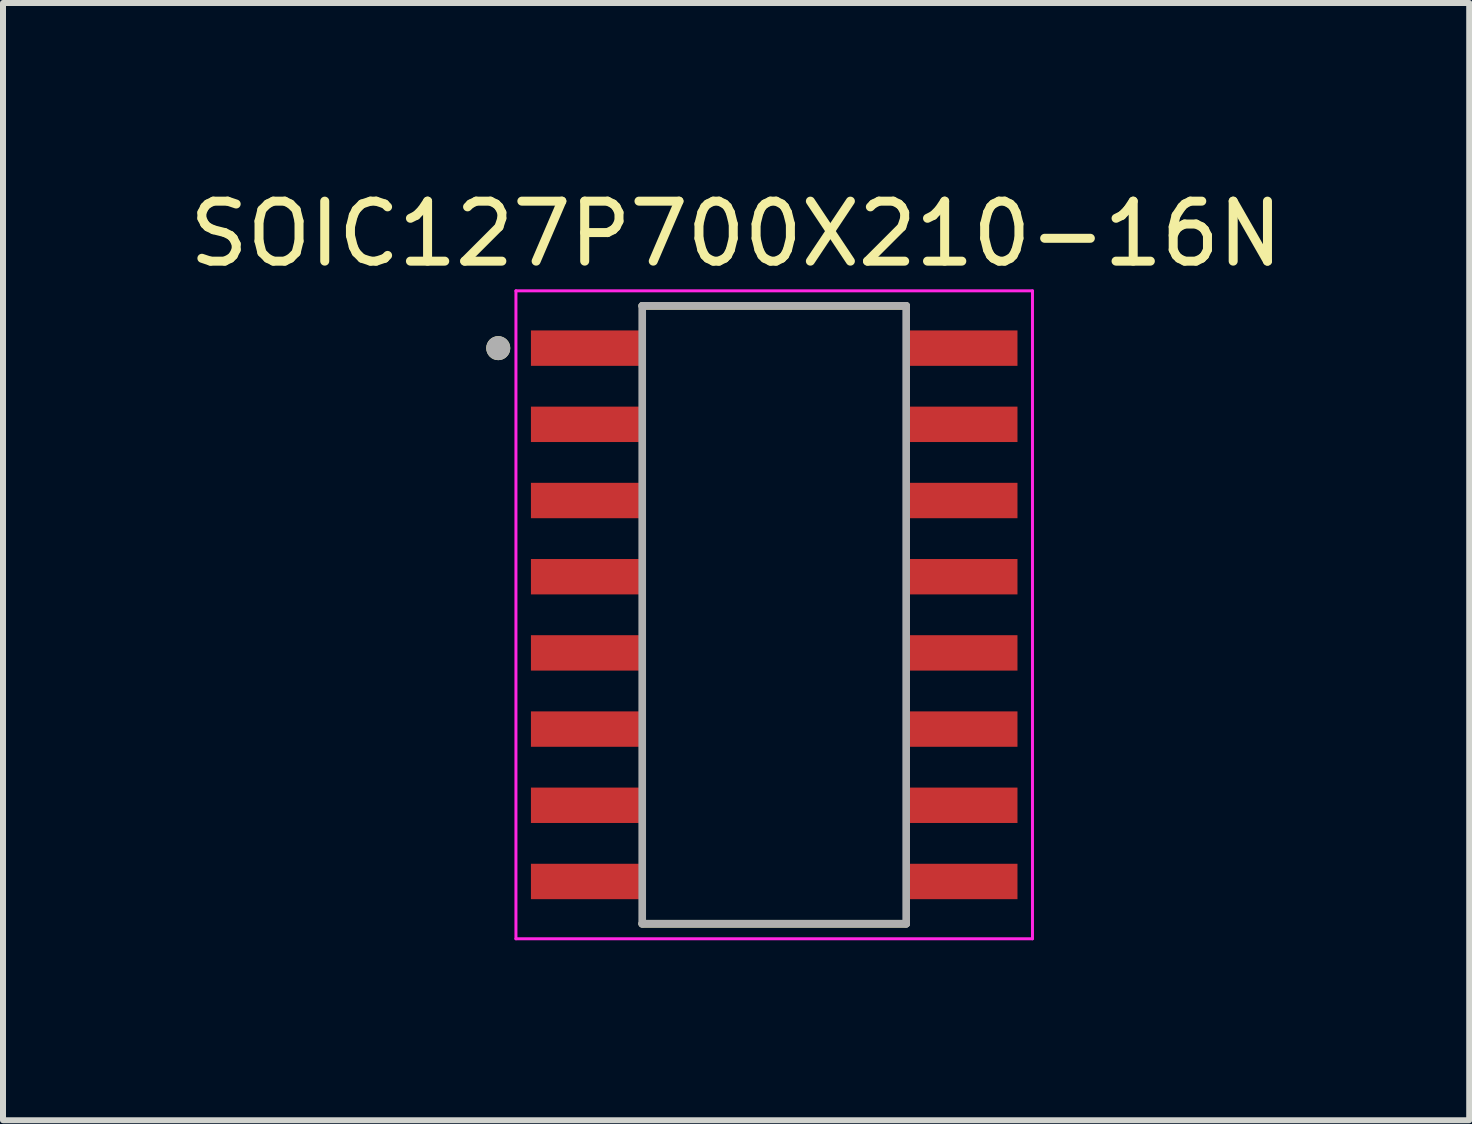
<source format=kicad_pcb>
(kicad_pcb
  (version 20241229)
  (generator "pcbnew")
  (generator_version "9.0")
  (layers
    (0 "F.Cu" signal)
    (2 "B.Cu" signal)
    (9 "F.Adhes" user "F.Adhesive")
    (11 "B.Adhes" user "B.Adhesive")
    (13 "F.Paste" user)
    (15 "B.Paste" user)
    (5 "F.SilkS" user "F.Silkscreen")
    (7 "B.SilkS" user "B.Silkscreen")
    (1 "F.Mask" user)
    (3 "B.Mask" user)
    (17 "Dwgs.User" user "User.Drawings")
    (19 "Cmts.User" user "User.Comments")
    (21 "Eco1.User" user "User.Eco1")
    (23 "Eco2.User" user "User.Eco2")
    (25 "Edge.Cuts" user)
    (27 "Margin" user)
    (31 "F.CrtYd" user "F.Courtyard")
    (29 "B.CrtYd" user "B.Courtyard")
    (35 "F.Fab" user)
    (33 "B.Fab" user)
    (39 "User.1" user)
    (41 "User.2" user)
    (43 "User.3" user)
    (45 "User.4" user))
  (footprint "SOIC127P700X210-16N"
    (layer "F.Cu")
    (at 9.855 7.198)
    (property "Reference" "SOIC127P700X210-16N" (at -0.635 -6.35 0) (layer "F.SilkS") (effects (font (size 1 1) (thickness 0.15))))
    (attr smd)
    (fp_line (start -2.2 -5.15) (end 2.2 -5.15) (stroke (width 0.127) (type solid)) (layer "F.SilkS"))
    (fp_line (start 2.2 5.15) (end -2.2 5.15) (stroke (width 0.127) (type solid)) (layer "F.SilkS"))
    (fp_circle (center -4.6 -4.445) (end -4.5 -4.445) (stroke (width 0.2) (type solid)) (fill no) (layer "F.SilkS"))
    (fp_line (start -4.305 -5.4) (end 4.305 -5.4) (stroke (width 0.05) (type solid)) (layer "F.CrtYd"))
    (fp_line (start -4.305 5.4) (end -4.305 -5.4) (stroke (width 0.05) (type solid)) (layer "F.CrtYd"))
    (fp_line (start 4.305 -5.4) (end 4.305 5.4) (stroke (width 0.05) (type solid)) (layer "F.CrtYd"))
    (fp_line (start 4.305 5.4) (end -4.305 5.4) (stroke (width 0.05) (type solid)) (layer "F.CrtYd"))
    (fp_line (start -2.2 -5.15) (end 2.2 -5.15) (stroke (width 0.127) (type solid)) (layer "F.Fab"))
    (fp_line (start -2.2 5.15) (end -2.2 -5.15) (stroke (width 0.127) (type solid)) (layer "F.Fab"))
    (fp_line (start 2.2 -5.15) (end 2.2 5.15) (stroke (width 0.127) (type solid)) (layer "F.Fab"))
    (fp_line (start 2.2 5.15) (end -2.2 5.15) (stroke (width 0.127) (type solid)) (layer "F.Fab"))
    (fp_circle (center -4.6 -4.445) (end -4.5 -4.445) (stroke (width 0.2) (type solid)) (fill no) (layer "F.Fab"))
    (pad "1" smd rect (at -3.155 -4.445) (size 1.8 0.59) (layers "F.Cu" "F.Mask" "F.Paste"))
    (pad "2" smd rect (at -3.155 -3.175) (size 1.8 0.59) (layers "F.Cu" "F.Mask" "F.Paste"))
    (pad "3" smd rect (at -3.155 -1.905) (size 1.8 0.59) (layers "F.Cu" "F.Mask" "F.Paste"))
    (pad "4" smd rect (at -3.155 -0.635) (size 1.8 0.59) (layers "F.Cu" "F.Mask" "F.Paste"))
    (pad "5" smd rect (at -3.155 0.635) (size 1.8 0.59) (layers "F.Cu" "F.Mask" "F.Paste"))
    (pad "6" smd rect (at -3.155 1.905) (size 1.8 0.59) (layers "F.Cu" "F.Mask" "F.Paste"))
    (pad "7" smd rect (at -3.155 3.175) (size 1.8 0.59) (layers "F.Cu" "F.Mask" "F.Paste"))
    (pad "8" smd rect (at -3.155 4.445) (size 1.8 0.59) (layers "F.Cu" "F.Mask" "F.Paste"))
    (pad "9" smd rect (at 3.155 4.445) (size 1.8 0.59) (layers "F.Cu" "F.Mask" "F.Paste"))
    (pad "10" smd rect (at 3.155 3.175) (size 1.8 0.59) (layers "F.Cu" "F.Mask" "F.Paste"))
    (pad "11" smd rect (at 3.155 1.905) (size 1.8 0.59) (layers "F.Cu" "F.Mask" "F.Paste"))
    (pad "12" smd rect (at 3.155 0.635) (size 1.8 0.59) (layers "F.Cu" "F.Mask" "F.Paste"))
    (pad "13" smd rect (at 3.155 -0.635) (size 1.8 0.59) (layers "F.Cu" "F.Mask" "F.Paste"))
    (pad "14" smd rect (at 3.155 -1.905) (size 1.8 0.59) (layers "F.Cu" "F.Mask" "F.Paste"))
    (pad "15" smd rect (at 3.155 -3.175) (size 1.8 0.59) (layers "F.Cu" "F.Mask" "F.Paste"))
    (pad "16" smd rect (at 3.155 -4.445) (size 1.8 0.59) (layers "F.Cu" "F.Mask" "F.Paste")))
  (gr_rect
    (start -3 -3)
    (end 21.44 15.623)
    (stroke (width 0.1) (type default))
    (fill no)
    (layer "Edge.Cuts")))
</source>
